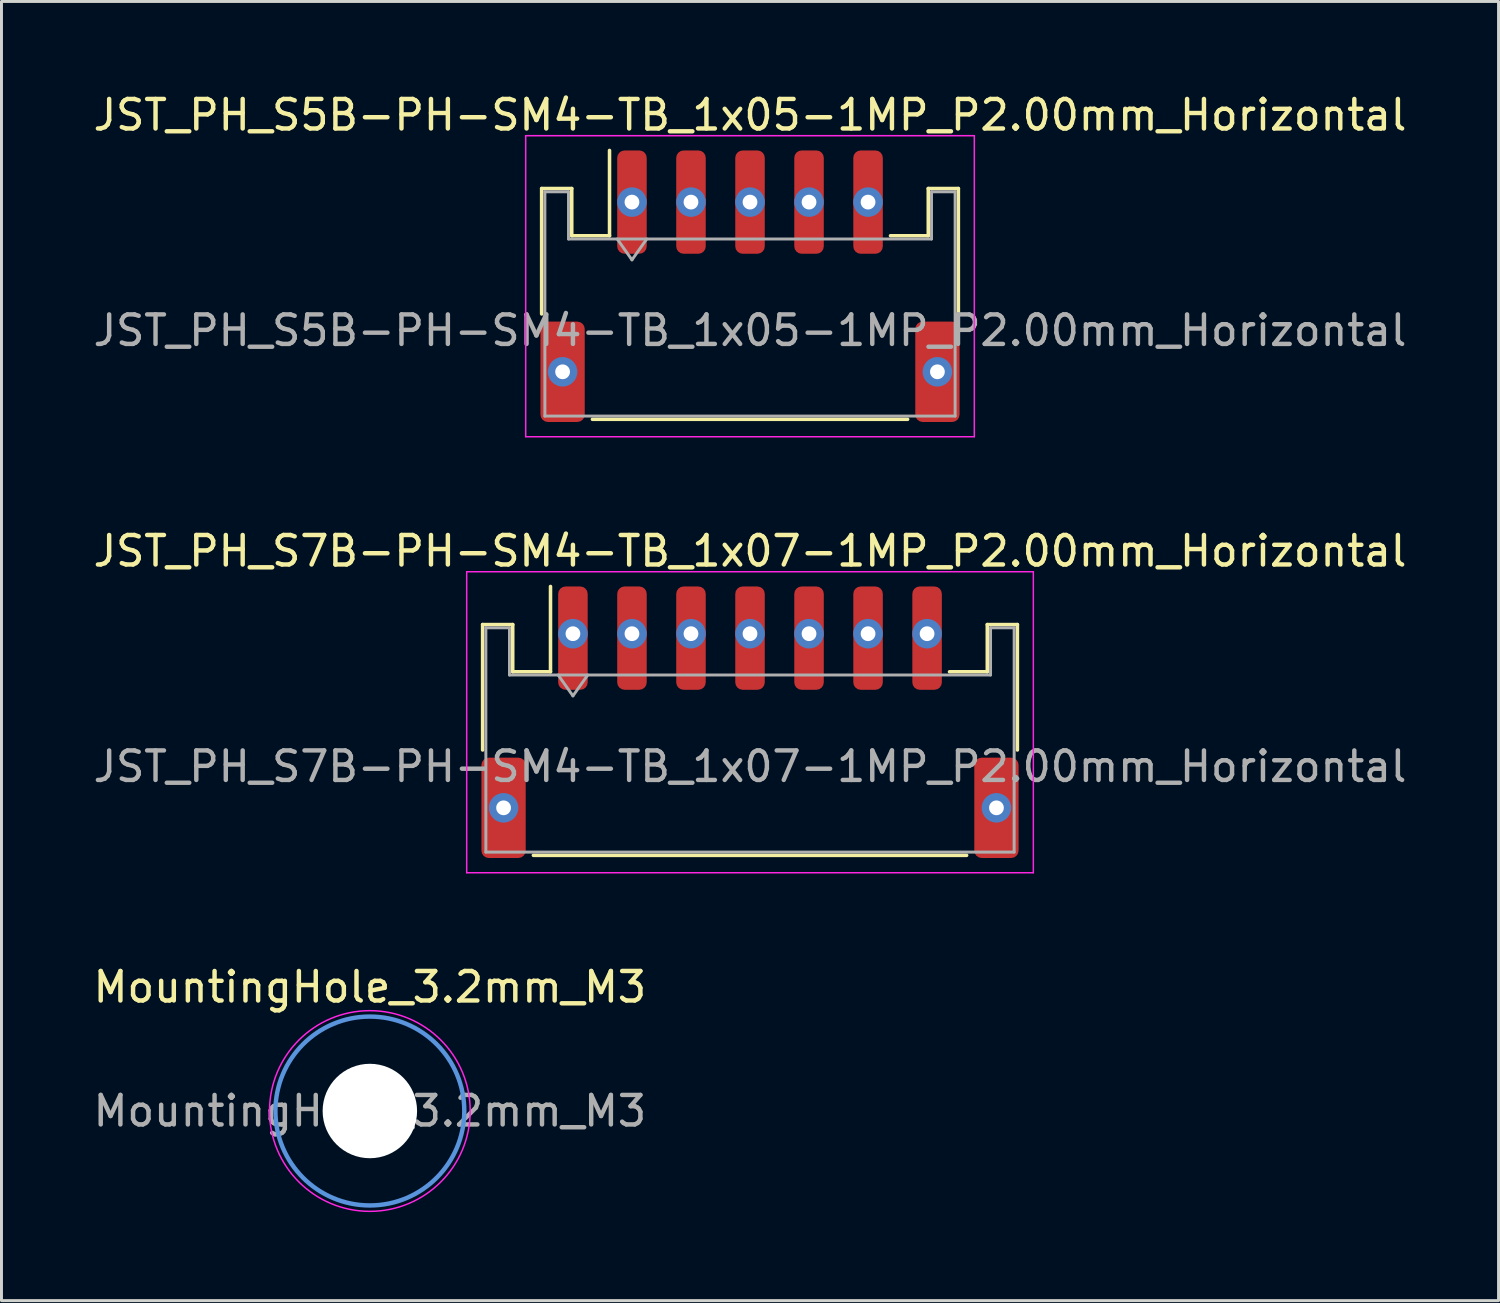
<source format=kicad_pcb>
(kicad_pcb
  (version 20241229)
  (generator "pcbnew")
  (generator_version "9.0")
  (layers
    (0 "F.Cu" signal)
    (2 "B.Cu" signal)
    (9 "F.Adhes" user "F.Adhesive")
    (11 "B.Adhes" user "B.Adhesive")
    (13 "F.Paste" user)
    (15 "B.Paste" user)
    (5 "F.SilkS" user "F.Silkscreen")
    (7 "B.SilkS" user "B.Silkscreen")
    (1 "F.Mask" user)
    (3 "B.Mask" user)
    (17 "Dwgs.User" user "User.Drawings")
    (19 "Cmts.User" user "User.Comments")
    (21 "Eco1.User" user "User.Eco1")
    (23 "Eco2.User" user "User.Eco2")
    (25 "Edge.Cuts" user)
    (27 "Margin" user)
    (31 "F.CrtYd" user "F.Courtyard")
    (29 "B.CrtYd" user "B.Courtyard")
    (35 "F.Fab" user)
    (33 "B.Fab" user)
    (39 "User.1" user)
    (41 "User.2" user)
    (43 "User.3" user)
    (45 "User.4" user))
  (footprint "JST_PH_S5B-PH-SM4-TB_1x05-1MP_P2.00mm_Horizontal"
    (layer "F.Cu")
    (at 22.363 6.648)
    (property "Reference" "JST_PH_S5B-PH-SM4-TB_1x05-1MP_P2.00mm_Horizontal" (at 0 -5.8 0) (layer "F.SilkS") (effects (font (size 1 1) (thickness 0.15))))
    (fp_line (start -7.06 -3.31) (end -6.04 -3.31) (stroke (width 0.12) (type solid)) (layer "F.SilkS"))
    (fp_line (start -7.06 0.94) (end -7.06 -3.31) (stroke (width 0.12) (type solid)) (layer "F.SilkS"))
    (fp_line (start -6.04 -3.31) (end -6.04 -1.71) (stroke (width 0.12) (type solid)) (layer "F.SilkS"))
    (fp_line (start -6.04 -1.71) (end -4.76 -1.71) (stroke (width 0.12) (type solid)) (layer "F.SilkS"))
    (fp_line (start -5.34 4.51) (end 5.34 4.51) (stroke (width 0.12) (type solid)) (layer "F.SilkS"))
    (fp_line (start -4.76 -1.71) (end -4.76 -4.6) (stroke (width 0.12) (type solid)) (layer "F.SilkS"))
    (fp_line (start 6.04 -3.31) (end 6.04 -1.71) (stroke (width 0.12) (type solid)) (layer "F.SilkS"))
    (fp_line (start 6.04 -1.71) (end 4.76 -1.71) (stroke (width 0.12) (type solid)) (layer "F.SilkS"))
    (fp_line (start 7.06 -3.31) (end 6.04 -3.31) (stroke (width 0.12) (type solid)) (layer "F.SilkS"))
    (fp_line (start 7.06 0.94) (end 7.06 -3.31) (stroke (width 0.12) (type solid)) (layer "F.SilkS"))
    (fp_line (start -7.6 -5.1) (end -7.6 5.1) (stroke (width 0.05) (type solid)) (layer "F.CrtYd"))
    (fp_line (start -7.6 5.1) (end 7.6 5.1) (stroke (width 0.05) (type solid)) (layer "F.CrtYd"))
    (fp_line (start 7.6 -5.1) (end -7.6 -5.1) (stroke (width 0.05) (type solid)) (layer "F.CrtYd"))
    (fp_line (start 7.6 5.1) (end 7.6 -5.1) (stroke (width 0.05) (type solid)) (layer "F.CrtYd"))
    (fp_line (start -6.95 -3.2) (end -6.95 4.4) (stroke (width 0.1) (type solid)) (layer "F.Fab"))
    (fp_line (start -6.95 -3.2) (end -6.15 -3.2) (stroke (width 0.1) (type solid)) (layer "F.Fab"))
    (fp_line (start -6.95 4.4) (end 6.95 4.4) (stroke (width 0.1) (type solid)) (layer "F.Fab"))
    (fp_line (start -6.15 -3.2) (end -6.15 -1.6) (stroke (width 0.1) (type solid)) (layer "F.Fab"))
    (fp_line (start -6.15 -1.6) (end 6.15 -1.6) (stroke (width 0.1) (type solid)) (layer "F.Fab"))
    (fp_line (start -4.5 -1.6) (end -4 -0.893) (stroke (width 0.1) (type solid)) (layer "F.Fab"))
    (fp_line (start -4 -0.893) (end -3.5 -1.6) (stroke (width 0.1) (type solid)) (layer "F.Fab"))
    (fp_line (start 6.15 -3.2) (end 6.95 -3.2) (stroke (width 0.1) (type solid)) (layer "F.Fab"))
    (fp_line (start 6.15 -1.6) (end 6.15 -3.2) (stroke (width 0.1) (type solid)) (layer "F.Fab"))
    (fp_line (start 6.95 -3.2) (end 6.95 4.4) (stroke (width 0.1) (type solid)) (layer "F.Fab"))
    (fp_text user "${REFERENCE}" (at 0 1.5 0) (layer "F.Fab") (effects (font (size 1 1) (thickness 0.15))))
    (pad "1" thru_hole circle (at -4 -2.85) (size 1 1) (drill 0.5) (layers "*.Cu" "*.Mask"))
    (pad "1" smd roundrect (at -4 -2.85) (size 1 3.5) (layers "F.Cu" "F.Mask" "F.Paste") (roundrect_rratio 0.25))
    (pad "2" thru_hole circle (at -2 -2.85) (size 1 1) (drill 0.5) (layers "*.Cu" "*.Mask"))
    (pad "2" smd roundrect (at -2 -2.85) (size 1 3.5) (layers "F.Cu" "F.Mask" "F.Paste") (roundrect_rratio 0.25))
    (pad "3" thru_hole circle (at 0 -2.85) (size 1 1) (drill 0.5) (layers "*.Cu" "*.Mask"))
    (pad "3" smd roundrect (at 0 -2.85) (size 1 3.5) (layers "F.Cu" "F.Mask" "F.Paste") (roundrect_rratio 0.25))
    (pad "4" thru_hole circle (at 2 -2.85) (size 1 1) (drill 0.5) (layers "*.Cu" "*.Mask"))
    (pad "4" smd roundrect (at 2 -2.85) (size 1 3.5) (layers "F.Cu" "F.Mask" "F.Paste") (roundrect_rratio 0.25))
    (pad "5" thru_hole circle (at 4 -2.85) (size 1 1) (drill 0.5) (layers "*.Cu" "*.Mask"))
    (pad "5" smd roundrect (at 4 -2.85) (size 1 3.5) (layers "F.Cu" "F.Mask" "F.Paste") (roundrect_rratio 0.25))
    (pad "MP" thru_hole circle (at -6.35 2.9) (size 1 1) (drill 0.5) (layers "*.Cu" "*.Mask"))
    (pad "MP" smd roundrect (at -6.35 2.9) (size 1.5 3.4) (layers "F.Cu" "F.Mask" "F.Paste") (roundrect_rratio 0.167))
    (pad "MP" thru_hole circle (at 6.35 2.9) (size 1 1) (drill 0.5) (layers "*.Cu" "*.Mask"))
    (pad "MP" smd roundrect (at 6.35 2.9) (size 1.5 3.4) (layers "F.Cu" "F.Mask" "F.Paste") (roundrect_rratio 0.167)))
  (footprint "MountingHole_3.2mm_M3"
    (layer "F.Cu")
    (at 9.482 34.595)
    (property "Reference" "MountingHole_3.2mm_M3" (at 0 -4.2 0) (layer "F.SilkS") (effects (font (size 1 1) (thickness 0.15))))
    (attr exclude_from_pos_files exclude_from_bom)
    (fp_circle (center 0 0) (end 3.2 0) (stroke (width 0.15) (type solid)) (fill no) (layer "Cmts.User"))
    (fp_circle (center 0 0) (end 3.4 0) (stroke (width 0.05) (type solid)) (fill no) (layer "F.CrtYd"))
    (fp_text user "${REFERENCE}" (at 0 0 0) (layer "F.Fab") (effects (font (size 1 1) (thickness 0.15))))
    (pad "" np_thru_hole circle (at 0 0) (size 3.2 3.2) (drill 3.2) (layers "*.Cu" "*.Mask")))
  (footprint "JST_PH_S7B-PH-SM4-TB_1x07-1MP_P2.00mm_Horizontal"
    (layer "F.Cu")
    (at 22.363 21.422)
    (property "Reference" "JST_PH_S7B-PH-SM4-TB_1x07-1MP_P2.00mm_Horizontal" (at 0 -5.8 0) (layer "F.SilkS") (effects (font (size 1 1) (thickness 0.15))))
    (fp_line (start -9.06 -3.31) (end -8.04 -3.31) (stroke (width 0.12) (type solid)) (layer "F.SilkS"))
    (fp_line (start -9.06 0.94) (end -9.06 -3.31) (stroke (width 0.12) (type solid)) (layer "F.SilkS"))
    (fp_line (start -8.04 -3.31) (end -8.04 -1.71) (stroke (width 0.12) (type solid)) (layer "F.SilkS"))
    (fp_line (start -8.04 -1.71) (end -6.76 -1.71) (stroke (width 0.12) (type solid)) (layer "F.SilkS"))
    (fp_line (start -7.34 4.51) (end 7.34 4.51) (stroke (width 0.12) (type solid)) (layer "F.SilkS"))
    (fp_line (start -6.76 -1.71) (end -6.76 -4.6) (stroke (width 0.12) (type solid)) (layer "F.SilkS"))
    (fp_line (start 8.04 -3.31) (end 8.04 -1.71) (stroke (width 0.12) (type solid)) (layer "F.SilkS"))
    (fp_line (start 8.04 -1.71) (end 6.76 -1.71) (stroke (width 0.12) (type solid)) (layer "F.SilkS"))
    (fp_line (start 9.06 -3.31) (end 8.04 -3.31) (stroke (width 0.12) (type solid)) (layer "F.SilkS"))
    (fp_line (start 9.06 0.94) (end 9.06 -3.31) (stroke (width 0.12) (type solid)) (layer "F.SilkS"))
    (fp_line (start -9.6 -5.1) (end -9.6 5.1) (stroke (width 0.05) (type solid)) (layer "F.CrtYd"))
    (fp_line (start -9.6 5.1) (end 9.6 5.1) (stroke (width 0.05) (type solid)) (layer "F.CrtYd"))
    (fp_line (start 9.6 -5.1) (end -9.6 -5.1) (stroke (width 0.05) (type solid)) (layer "F.CrtYd"))
    (fp_line (start 9.6 5.1) (end 9.6 -5.1) (stroke (width 0.05) (type solid)) (layer "F.CrtYd"))
    (fp_line (start -8.95 -3.2) (end -8.95 4.4) (stroke (width 0.1) (type solid)) (layer "F.Fab"))
    (fp_line (start -8.95 -3.2) (end -8.15 -3.2) (stroke (width 0.1) (type solid)) (layer "F.Fab"))
    (fp_line (start -8.95 4.4) (end 8.95 4.4) (stroke (width 0.1) (type solid)) (layer "F.Fab"))
    (fp_line (start -8.15 -3.2) (end -8.15 -1.6) (stroke (width 0.1) (type solid)) (layer "F.Fab"))
    (fp_line (start -8.15 -1.6) (end 8.15 -1.6) (stroke (width 0.1) (type solid)) (layer "F.Fab"))
    (fp_line (start -6.5 -1.6) (end -6 -0.893) (stroke (width 0.1) (type solid)) (layer "F.Fab"))
    (fp_line (start -6 -0.893) (end -5.5 -1.6) (stroke (width 0.1) (type solid)) (layer "F.Fab"))
    (fp_line (start 8.15 -3.2) (end 8.95 -3.2) (stroke (width 0.1) (type solid)) (layer "F.Fab"))
    (fp_line (start 8.15 -1.6) (end 8.15 -3.2) (stroke (width 0.1) (type solid)) (layer "F.Fab"))
    (fp_line (start 8.95 -3.2) (end 8.95 4.4) (stroke (width 0.1) (type solid)) (layer "F.Fab"))
    (fp_text user "${REFERENCE}" (at 0 1.5 0) (layer "F.Fab") (effects (font (size 1 1) (thickness 0.15))))
    (pad "1" thru_hole circle (at -6 -3) (size 1 1) (drill 0.5) (layers "*.Cu" "*.Mask"))
    (pad "1" smd roundrect (at -6 -2.85) (size 1 3.5) (layers "F.Cu" "F.Mask" "F.Paste") (roundrect_rratio 0.25))
    (pad "2" thru_hole circle (at -4 -3) (size 1 1) (drill 0.5) (layers "*.Cu" "*.Mask"))
    (pad "2" smd roundrect (at -4 -2.85) (size 1 3.5) (layers "F.Cu" "F.Mask" "F.Paste") (roundrect_rratio 0.25))
    (pad "3" thru_hole circle (at -2 -3) (size 1 1) (drill 0.5) (layers "*.Cu" "*.Mask"))
    (pad "3" smd roundrect (at -2 -2.85) (size 1 3.5) (layers "F.Cu" "F.Mask" "F.Paste") (roundrect_rratio 0.25))
    (pad "4" thru_hole circle (at 0 -3) (size 1 1) (drill 0.5) (layers "*.Cu" "*.Mask"))
    (pad "4" smd roundrect (at 0 -2.85) (size 1 3.5) (layers "F.Cu" "F.Mask" "F.Paste") (roundrect_rratio 0.25))
    (pad "5" thru_hole circle (at 2 -3) (size 1 1) (drill 0.5) (layers "*.Cu" "*.Mask"))
    (pad "5" smd roundrect (at 2 -2.85) (size 1 3.5) (layers "F.Cu" "F.Mask" "F.Paste") (roundrect_rratio 0.25))
    (pad "6" thru_hole circle (at 4 -3) (size 1 1) (drill 0.5) (layers "*.Cu" "*.Mask"))
    (pad "6" smd roundrect (at 4 -2.85) (size 1 3.5) (layers "F.Cu" "F.Mask" "F.Paste") (roundrect_rratio 0.25))
    (pad "7" thru_hole circle (at 6 -3) (size 1 1) (drill 0.5) (layers "*.Cu" "*.Mask"))
    (pad "7" smd roundrect (at 6 -2.85) (size 1 3.5) (layers "F.Cu" "F.Mask" "F.Paste") (roundrect_rratio 0.25))
    (pad "MP" thru_hole circle (at -8.35 2.9) (size 1 1) (drill 0.5) (layers "*.Cu" "*.Mask"))
    (pad "MP" smd roundrect (at -8.35 2.9) (size 1.5 3.4) (layers "F.Cu" "F.Mask" "F.Paste") (roundrect_rratio 0.167))
    (pad "MP" thru_hole circle (at 8.35 2.9) (size 1 1) (drill 0.5) (layers "*.Cu" "*.Mask"))
    (pad "MP" smd roundrect (at 8.35 2.9) (size 1.5 3.4) (layers "F.Cu" "F.Mask" "F.Paste") (roundrect_rratio 0.167)))
  (gr_rect
    (start -3 -3)
    (end 47.726 41.02)
    (stroke (width 0.1) (type default))
    (fill no)
    (layer "Edge.Cuts")))
</source>
